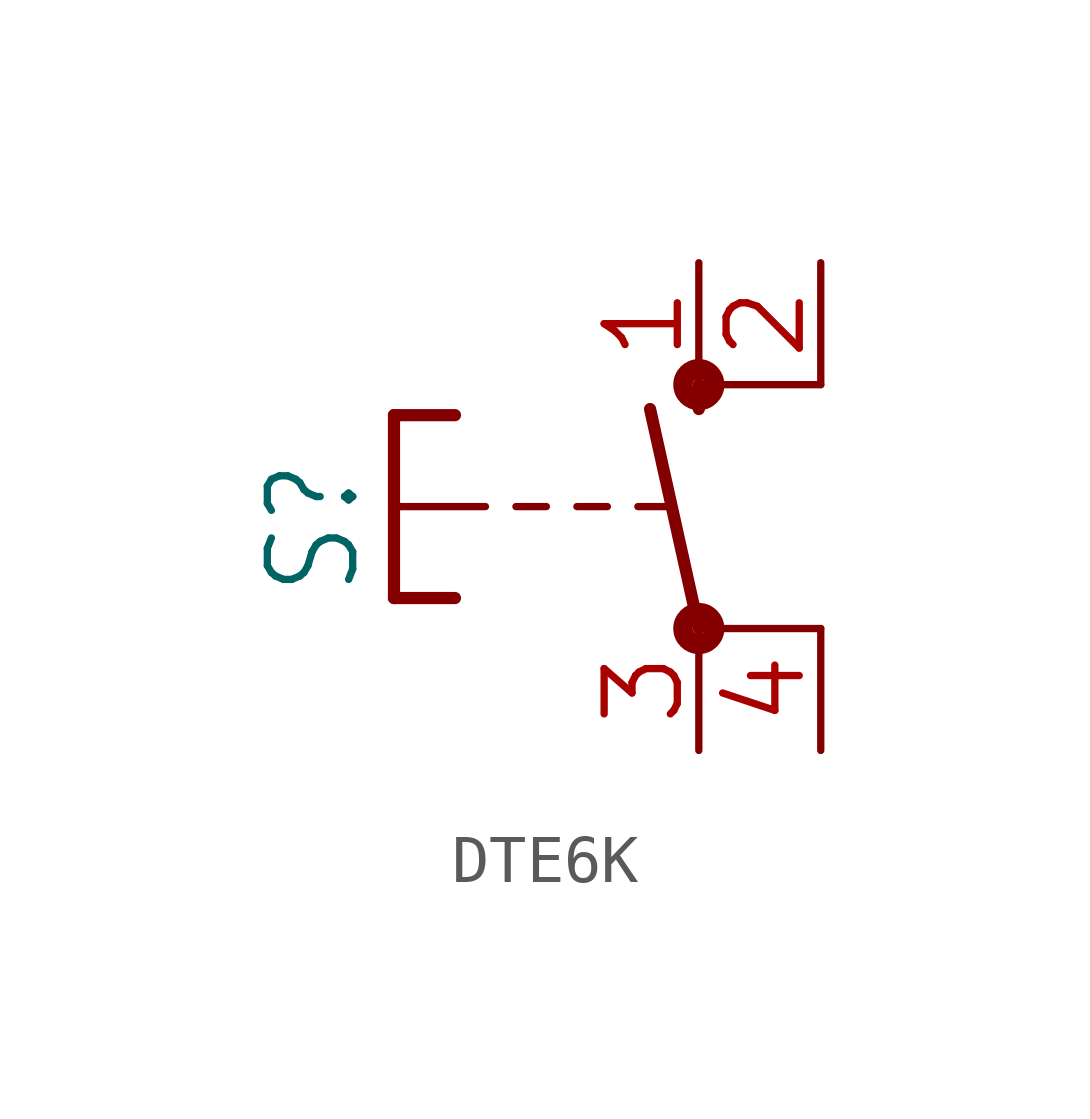
<source format=kicad_sym>
(kicad_symbol_lib
  (version 20241209)
  (generator "kicad_symbol_editor")
  (generator_version "9.0")
  (symbol "DTE6K"
    (property "Reference" "S"
      (at -6.985 -1.905 90)
      (effects (font (size 1.778 1.511)) (justify left bottom)))
    (property "Value" ""
      (at -4.445 2.54 90)
      (effects (font (size 1.778 1.511)) (justify left bottom)))
    (property "ki_locked" ""
      (at 0 0 0)
      (effects (font (size 1.27 1.27))))
    (symbol "DTE6K_1_0"
      (polyline (pts (xy -6.35 1.905) (xy -6.35 0)) (stroke (width 0.254) (type solid)) (fill (type none)))
      (polyline (pts (xy -6.35 1.905) (xy -5.08 1.905)) (stroke (width 0.254) (type solid)) (fill (type none)))
      (polyline (pts (xy -6.35 0) (xy -6.35 -1.905)) (stroke (width 0.254) (type solid)) (fill (type none)))
      (polyline (pts (xy -6.35 0) (xy -4.445 0)) (stroke (width 0.152) (type solid)) (fill (type none)))
      (polyline (pts (xy -6.35 -1.905) (xy -5.08 -1.905)) (stroke (width 0.254) (type solid)) (fill (type none)))
      (polyline (pts (xy -3.81 0) (xy -3.175 0)) (stroke (width 0.152) (type solid)) (fill (type none)))
      (polyline (pts (xy -2.54 0) (xy -1.905 0)) (stroke (width 0.152) (type solid)) (fill (type none)))
      (polyline (pts (xy -1.27 0) (xy -0.635 0)) (stroke (width 0.152) (type solid)) (fill (type none)))
      (circle (center 0 2.54) (radius 0.127) (stroke (width 0.406) (type solid)) (fill (type none)))
      (polyline (pts (xy 0 2.032) (xy 0 2.54)) (stroke (width 0.254) (type solid)) (fill (type none)))
      (polyline (pts (xy 0 -2.54) (xy -1.016 2.032)) (stroke (width 0.254) (type solid)) (fill (type none)))
      (circle (center 0 -2.54) (radius 0.127) (stroke (width 0.406) (type solid)) (fill (type none)))
      (polyline (pts (xy 2.54 2.54) (xy 0 2.54)) (stroke (width 0.152) (type solid)) (fill (type none)))
      (polyline (pts (xy 2.54 -2.54) (xy 0 -2.54)) (stroke (width 0.152) (type solid)) (fill (type none)))
      (pin passive line (at 0 5.08 270) (length 2.54) (name "S" (effects (font (size 0 0)))) (number "1" (effects (font (size 1.524 1.524)))))
      (pin passive line (at 0 -5.08 90) (length 2.54) (name "P" (effects (font (size 0 0)))) (number "3" (effects (font (size 1.524 1.524)))))
      (pin passive line (at 2.54 5.08 270) (length 2.54) (name "S@1" (effects (font (size 0 0)))) (number "2" (effects (font (size 1.524 1.524)))))
      (pin passive line (at 2.54 -5.08 90) (length 2.54) (name "P@1" (effects (font (size 0 0)))) (number "4" (effects (font (size 1.524 1.524))))))))
</source>
